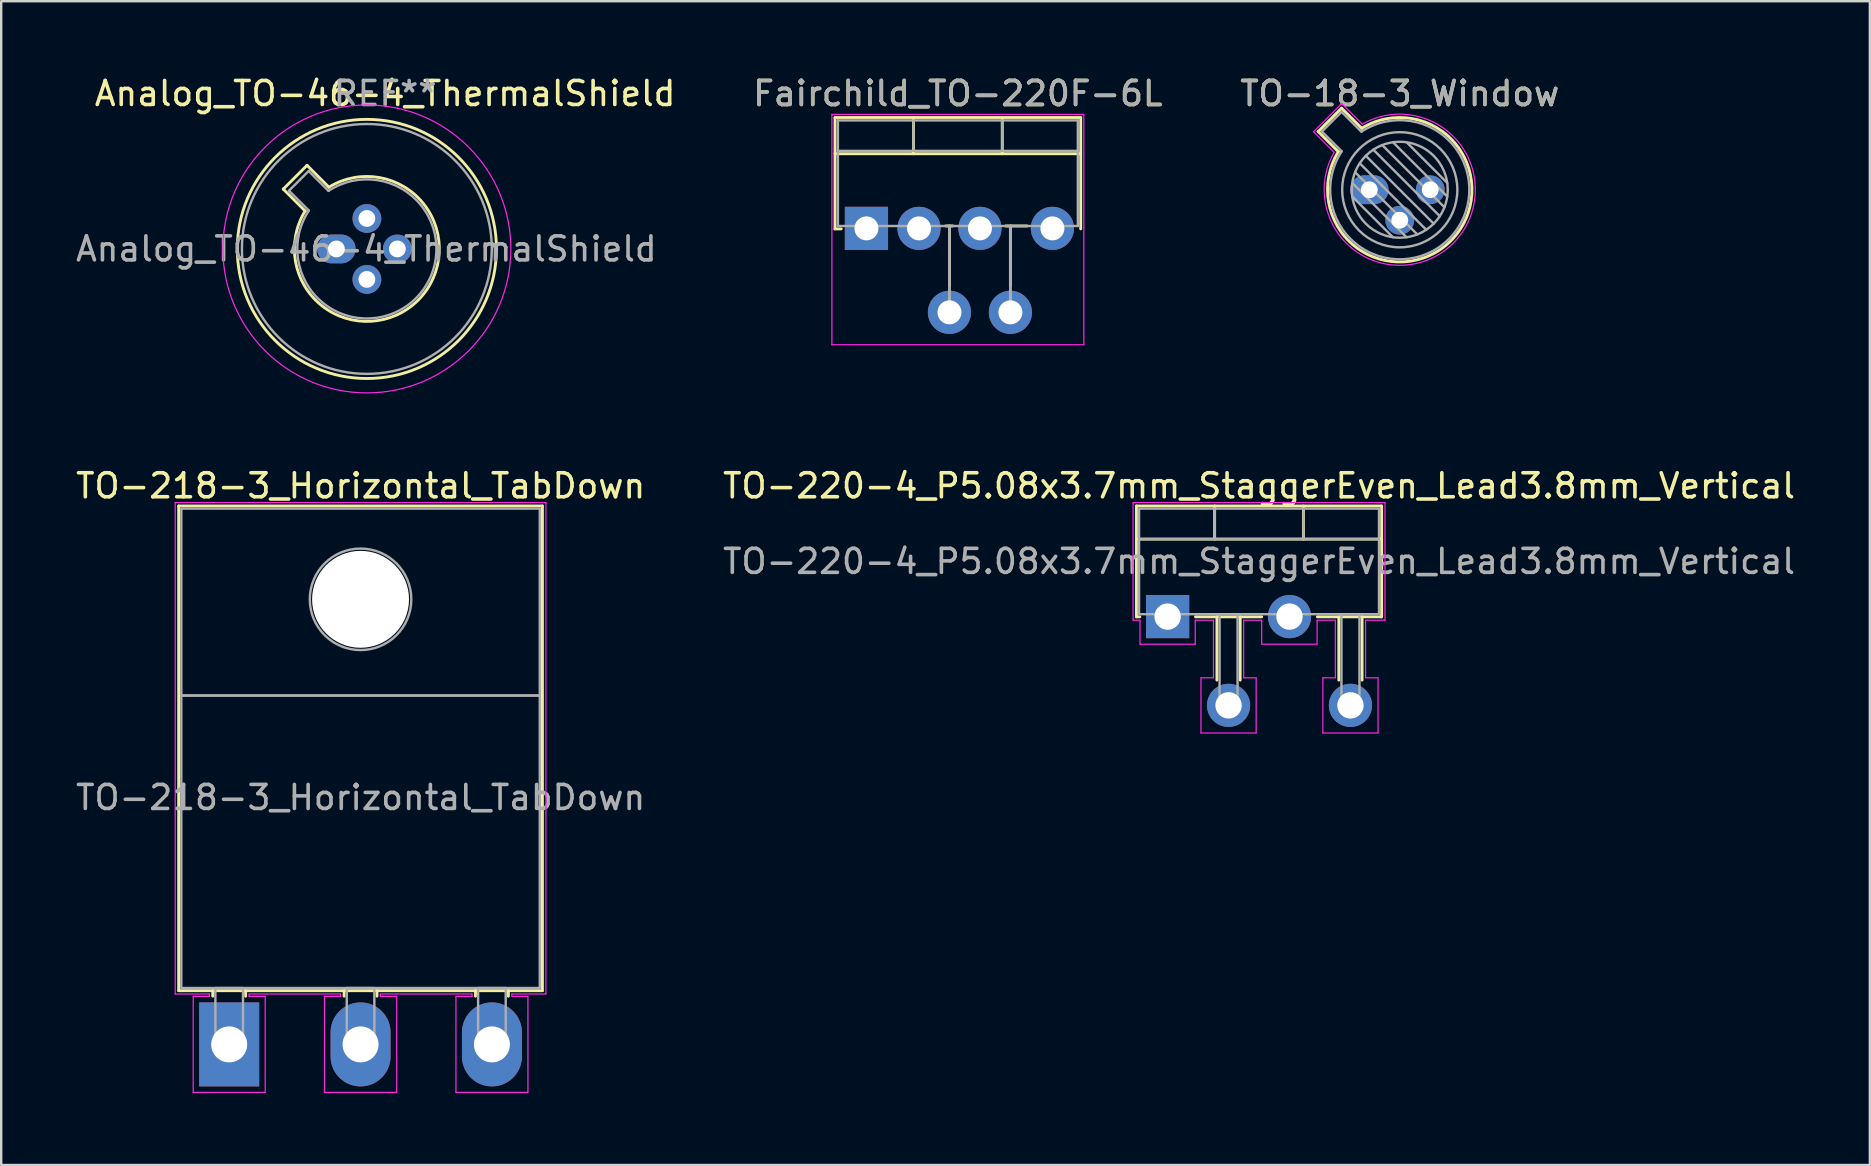
<source format=kicad_pcb>
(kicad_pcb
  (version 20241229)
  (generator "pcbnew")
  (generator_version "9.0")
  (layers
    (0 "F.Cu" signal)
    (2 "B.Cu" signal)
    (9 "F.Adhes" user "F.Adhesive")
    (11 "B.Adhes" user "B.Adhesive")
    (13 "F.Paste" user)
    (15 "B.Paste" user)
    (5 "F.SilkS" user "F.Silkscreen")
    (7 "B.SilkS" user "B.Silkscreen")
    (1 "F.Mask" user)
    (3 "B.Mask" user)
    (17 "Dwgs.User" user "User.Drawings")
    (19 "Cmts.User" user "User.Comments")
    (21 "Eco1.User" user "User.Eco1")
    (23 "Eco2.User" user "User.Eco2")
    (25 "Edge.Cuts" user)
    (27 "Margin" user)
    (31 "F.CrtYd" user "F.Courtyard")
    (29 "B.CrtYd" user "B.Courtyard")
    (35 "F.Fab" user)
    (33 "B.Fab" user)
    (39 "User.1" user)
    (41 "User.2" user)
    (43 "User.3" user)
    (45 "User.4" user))
  (footprint "TO-220-4_P5.08x3.7mm_StaggerEven_Lead3.8mm_Vertical"
    (layer "F.Cu")
    (at 45.613 22.648)
    (property "Reference" "TO-220-4_P5.08x3.7mm_StaggerEven_Lead3.8mm_Vertical" (at 3.81 -5.45 0) (layer "F.SilkS") (effects (font (size 1 1) (thickness 0.15))))
    (attr through_hole)
    (fp_line (start -1.3 -4.61) (end 8.92 -4.61) (stroke (width 0.12) (type solid)) (layer "F.SilkS"))
    (fp_line (start -1.3 -3.23) (end 8.92 -3.23) (stroke (width 0.12) (type solid)) (layer "F.SilkS"))
    (fp_line (start -1.3 0.01) (end -1.3 -4.61) (stroke (width 0.12) (type solid)) (layer "F.SilkS"))
    (fp_line (start -1.16 0.01) (end -1.3 0.01) (stroke (width 0.12) (type solid)) (layer "F.SilkS"))
    (fp_line (start 1.96 -4.61) (end 1.96 -3.23) (stroke (width 0.12) (type solid)) (layer "F.SilkS"))
    (fp_line (start 2.055 0.01) (end 2.055 2.646) (stroke (width 0.12) (type solid)) (layer "F.SilkS"))
    (fp_line (start 3.025 0.01) (end 3.025 2.646) (stroke (width 0.12) (type solid)) (layer "F.SilkS"))
    (fp_line (start 3.92 0.01) (end 1.16 0.01) (stroke (width 0.12) (type solid)) (layer "F.SilkS"))
    (fp_line (start 5.66 -4.61) (end 5.66 -3.23) (stroke (width 0.12) (type solid)) (layer "F.SilkS"))
    (fp_line (start 7.135 0.01) (end 7.135 2.646) (stroke (width 0.12) (type solid)) (layer "F.SilkS"))
    (fp_line (start 8.105 0.01) (end 8.105 2.646) (stroke (width 0.12) (type solid)) (layer "F.SilkS"))
    (fp_line (start 8.92 -4.61) (end 8.92 0.01) (stroke (width 0.12) (type solid)) (layer "F.SilkS"))
    (fp_line (start 8.92 0.01) (end 6.24 0.01) (stroke (width 0.12) (type solid)) (layer "F.SilkS"))
    (fp_line (start -1.44 -4.75) (end 9.06 -4.75) (stroke (width 0.05) (type solid)) (layer "F.CrtYd"))
    (fp_line (start -1.44 0.15) (end -1.44 -4.75) (stroke (width 0.05) (type solid)) (layer "F.CrtYd"))
    (fp_line (start -1.15 0.15) (end -1.44 0.15) (stroke (width 0.05) (type solid)) (layer "F.CrtYd"))
    (fp_line (start -1.15 1.15) (end -1.15 0.15) (stroke (width 0.05) (type solid)) (layer "F.CrtYd"))
    (fp_line (start 1.15 0.15) (end 1.15 1.15) (stroke (width 0.05) (type solid)) (layer "F.CrtYd"))
    (fp_line (start 1.15 1.15) (end -1.15 1.15) (stroke (width 0.05) (type solid)) (layer "F.CrtYd"))
    (fp_line (start 1.39 2.55) (end 1.91 2.55) (stroke (width 0.05) (type solid)) (layer "F.CrtYd"))
    (fp_line (start 1.39 4.85) (end 1.39 2.55) (stroke (width 0.05) (type solid)) (layer "F.CrtYd"))
    (fp_line (start 1.91 0.15) (end 1.15 0.15) (stroke (width 0.05) (type solid)) (layer "F.CrtYd"))
    (fp_line (start 1.91 2.55) (end 1.91 0.15) (stroke (width 0.05) (type solid)) (layer "F.CrtYd"))
    (fp_line (start 3.17 0.15) (end 3.17 2.55) (stroke (width 0.05) (type solid)) (layer "F.CrtYd"))
    (fp_line (start 3.17 2.55) (end 3.69 2.55) (stroke (width 0.05) (type solid)) (layer "F.CrtYd"))
    (fp_line (start 3.69 2.55) (end 3.69 4.85) (stroke (width 0.05) (type solid)) (layer "F.CrtYd"))
    (fp_line (start 3.69 4.85) (end 1.39 4.85) (stroke (width 0.05) (type solid)) (layer "F.CrtYd"))
    (fp_line (start 3.92 0.15) (end 3.17 0.15) (stroke (width 0.05) (type solid)) (layer "F.CrtYd"))
    (fp_line (start 3.92 1.15) (end 3.92 0.15) (stroke (width 0.05) (type solid)) (layer "F.CrtYd"))
    (fp_line (start 6.23 0.15) (end 6.23 1.15) (stroke (width 0.05) (type solid)) (layer "F.CrtYd"))
    (fp_line (start 6.23 1.15) (end 3.92 1.15) (stroke (width 0.05) (type solid)) (layer "F.CrtYd"))
    (fp_line (start 6.47 2.55) (end 6.99 2.55) (stroke (width 0.05) (type solid)) (layer "F.CrtYd"))
    (fp_line (start 6.47 4.85) (end 6.47 2.55) (stroke (width 0.05) (type solid)) (layer "F.CrtYd"))
    (fp_line (start 6.99 0.15) (end 6.23 0.15) (stroke (width 0.05) (type solid)) (layer "F.CrtYd"))
    (fp_line (start 6.99 2.55) (end 6.99 0.15) (stroke (width 0.05) (type solid)) (layer "F.CrtYd"))
    (fp_line (start 8.25 0.15) (end 8.25 2.55) (stroke (width 0.05) (type solid)) (layer "F.CrtYd"))
    (fp_line (start 8.25 2.55) (end 8.77 2.55) (stroke (width 0.05) (type solid)) (layer "F.CrtYd"))
    (fp_line (start 8.77 2.55) (end 8.77 4.85) (stroke (width 0.05) (type solid)) (layer "F.CrtYd"))
    (fp_line (start 8.77 4.85) (end 6.47 4.85) (stroke (width 0.05) (type solid)) (layer "F.CrtYd"))
    (fp_line (start 9.06 -4.75) (end 9.06 0.15) (stroke (width 0.05) (type solid)) (layer "F.CrtYd"))
    (fp_line (start 9.06 0.15) (end 8.25 0.15) (stroke (width 0.05) (type solid)) (layer "F.CrtYd"))
    (fp_line (start -1.19 -3.23) (end 8.81 -3.23) (stroke (width 0.1) (type solid)) (layer "F.Fab"))
    (fp_line (start 1.96 -4.5) (end 1.96 -3.23) (stroke (width 0.1) (type solid)) (layer "F.Fab"))
    (fp_line (start 5.66 -4.5) (end 5.66 -3.23) (stroke (width 0.1) (type solid)) (layer "F.Fab"))
    (fp_rect (start -1.19 -4.5) (end 8.81 -0.1) (stroke (width 0.1) (type solid)) (fill no) (layer "F.Fab"))
    (fp_rect (start -0.375 -0.1) (end 0.375 0) (stroke (width 0.1) (type solid)) (fill no) (layer "F.Fab"))
    (fp_rect (start 2.165 -0.1) (end 2.915 3.7) (stroke (width 0.1) (type solid)) (fill no) (layer "F.Fab"))
    (fp_rect (start 4.705 -0.1) (end 5.455 0) (stroke (width 0.1) (type solid)) (fill no) (layer "F.Fab"))
    (fp_rect (start 7.245 -0.1) (end 7.995 3.7) (stroke (width 0.1) (type solid)) (fill no) (layer "F.Fab"))
    (fp_text user "${REFERENCE}" (at 3.81 -2.3 0) (layer "F.Fab") (effects (font (size 1 1) (thickness 0.15))))
    (pad "1" thru_hole rect (at 0 0) (size 1.8 1.8) (drill 1.1) (layers "*.Cu" "*.Mask"))
    (pad "2" thru_hole circle (at 2.54 3.7) (size 1.8 1.8) (drill 1.1) (layers "*.Cu" "*.Mask"))
    (pad "3" thru_hole circle (at 5.08 0) (size 1.8 1.8) (drill 1.1) (layers "*.Cu" "*.Mask"))
    (pad "4" thru_hole circle (at 7.62 3.7) (size 1.8 1.8) (drill 1.1) (layers "*.Cu" "*.Mask")))
  (footprint "TO-218-3_Horizontal_TabDown"
    (layer "F.Cu")
    (at 6.502 40.478)
    (property "Reference" "TO-218-3_Horizontal_TabDown" (at 5.48 -23.28 0) (layer "F.SilkS") (effects (font (size 1 1) (thickness 0.15))))
    (attr through_hole)
    (fp_line (start -2.105 -22.44) (end 13.055 -22.44) (stroke (width 0.12) (type solid)) (layer "F.SilkS"))
    (fp_line (start -2.105 -2.24) (end -2.105 -22.44) (stroke (width 0.12) (type solid)) (layer "F.SilkS"))
    (fp_line (start -2.105 -2.24) (end 13.055 -2.24) (stroke (width 0.12) (type solid)) (layer "F.SilkS"))
    (fp_line (start -0.685 -2.24) (end -0.685 -2.01) (stroke (width 0.12) (type solid)) (layer "F.SilkS"))
    (fp_line (start 0.685 -2.24) (end 0.685 -2.01) (stroke (width 0.12) (type solid)) (layer "F.SilkS"))
    (fp_line (start 4.79 -2.24) (end 4.79 -2.01) (stroke (width 0.12) (type solid)) (layer "F.SilkS"))
    (fp_line (start 6.16 -2.24) (end 6.16 -2.01) (stroke (width 0.12) (type solid)) (layer "F.SilkS"))
    (fp_line (start 10.265 -2.24) (end 10.265 -2.01) (stroke (width 0.12) (type solid)) (layer "F.SilkS"))
    (fp_line (start 11.635 -2.24) (end 11.635 -2.01) (stroke (width 0.12) (type solid)) (layer "F.SilkS"))
    (fp_line (start 13.055 -2.24) (end 13.055 -22.44) (stroke (width 0.12) (type solid)) (layer "F.SilkS"))
    (fp_line (start -2.25 -22.58) (end 13.2 -22.58) (stroke (width 0.05) (type solid)) (layer "F.CrtYd"))
    (fp_line (start -2.25 -2.1) (end -2.25 -22.58) (stroke (width 0.05) (type solid)) (layer "F.CrtYd"))
    (fp_line (start -1.5 -2) (end -0.83 -2) (stroke (width 0.05) (type solid)) (layer "F.CrtYd"))
    (fp_line (start -1.5 2) (end -1.5 -2) (stroke (width 0.05) (type solid)) (layer "F.CrtYd"))
    (fp_line (start -0.83 -2.1) (end -2.25 -2.1) (stroke (width 0.05) (type solid)) (layer "F.CrtYd"))
    (fp_line (start -0.83 -2) (end -0.83 -2.1) (stroke (width 0.05) (type solid)) (layer "F.CrtYd"))
    (fp_line (start 0.83 -2.1) (end 0.83 -2) (stroke (width 0.05) (type solid)) (layer "F.CrtYd"))
    (fp_line (start 0.83 -2) (end 1.5 -2) (stroke (width 0.05) (type solid)) (layer "F.CrtYd"))
    (fp_line (start 1.5 -2) (end 1.5 2) (stroke (width 0.05) (type solid)) (layer "F.CrtYd"))
    (fp_line (start 1.5 2) (end -1.5 2) (stroke (width 0.05) (type solid)) (layer "F.CrtYd"))
    (fp_line (start 3.97 -2) (end 4.64 -2) (stroke (width 0.05) (type solid)) (layer "F.CrtYd"))
    (fp_line (start 3.97 2) (end 3.97 -2) (stroke (width 0.05) (type solid)) (layer "F.CrtYd"))
    (fp_line (start 4.64 -2.1) (end 0.83 -2.1) (stroke (width 0.05) (type solid)) (layer "F.CrtYd"))
    (fp_line (start 4.64 -2) (end 4.64 -2.1) (stroke (width 0.05) (type solid)) (layer "F.CrtYd"))
    (fp_line (start 6.3 -2.1) (end 6.3 -2) (stroke (width 0.05) (type solid)) (layer "F.CrtYd"))
    (fp_line (start 6.3 -2) (end 6.98 -2) (stroke (width 0.05) (type solid)) (layer "F.CrtYd"))
    (fp_line (start 6.98 -2) (end 6.98 2) (stroke (width 0.05) (type solid)) (layer "F.CrtYd"))
    (fp_line (start 6.98 2) (end 3.97 2) (stroke (width 0.05) (type solid)) (layer "F.CrtYd"))
    (fp_line (start 9.45 -2) (end 10.12 -2) (stroke (width 0.05) (type solid)) (layer "F.CrtYd"))
    (fp_line (start 9.45 2) (end 9.45 -2) (stroke (width 0.05) (type solid)) (layer "F.CrtYd"))
    (fp_line (start 10.12 -2.1) (end 6.3 -2.1) (stroke (width 0.05) (type solid)) (layer "F.CrtYd"))
    (fp_line (start 10.12 -2) (end 10.12 -2.1) (stroke (width 0.05) (type solid)) (layer "F.CrtYd"))
    (fp_line (start 11.78 -2.1) (end 11.78 -2) (stroke (width 0.05) (type solid)) (layer "F.CrtYd"))
    (fp_line (start 11.78 -2) (end 12.45 -2) (stroke (width 0.05) (type solid)) (layer "F.CrtYd"))
    (fp_line (start 12.45 -2) (end 12.45 2) (stroke (width 0.05) (type solid)) (layer "F.CrtYd"))
    (fp_line (start 12.45 2) (end 9.45 2) (stroke (width 0.05) (type solid)) (layer "F.CrtYd"))
    (fp_line (start 13.2 -22.58) (end 13.2 -2.1) (stroke (width 0.05) (type solid)) (layer "F.CrtYd"))
    (fp_line (start 13.2 -2.1) (end 11.78 -2.1) (stroke (width 0.05) (type solid)) (layer "F.CrtYd"))
    (fp_rect (start -1.995 -22.33) (end 12.945 -14.54) (stroke (width 0.1) (type solid)) (fill no) (layer "F.Fab"))
    (fp_rect (start -1.995 -14.54) (end 12.945 -2.35) (stroke (width 0.1) (type solid)) (fill no) (layer "F.Fab"))
    (fp_rect (start -0.575 -2.35) (end 0.575 0) (stroke (width 0.1) (type solid)) (fill no) (layer "F.Fab"))
    (fp_rect (start 4.9 -2.35) (end 6.05 0) (stroke (width 0.1) (type solid)) (fill no) (layer "F.Fab"))
    (fp_rect (start 10.375 -2.35) (end 11.525 0) (stroke (width 0.1) (type solid)) (fill no) (layer "F.Fab"))
    (fp_circle (center 5.475 -18.55) (end 7.59 -18.55) (stroke (width 0.1) (type solid)) (fill no) (layer "F.Fab"))
    (fp_text user "${REFERENCE}" (at 5.48 -10.29 0) (layer "F.Fab") (effects (font (size 1 1) (thickness 0.15))))
    (pad "" np_thru_hole circle (at 5.475 -18.55) (size 4.04 4.04) (drill 4.04) (layers "*.Cu" "*.Mask"))
    (pad "1" thru_hole rect (at 0 0) (size 2.5 3.5) (drill 1.5) (layers "*.Cu" "*.Mask"))
    (pad "2" thru_hole oval (at 5.475 0) (size 2.5 3.5) (drill 1.5) (layers "*.Cu" "*.Mask"))
    (pad "3" thru_hole oval (at 10.95 0) (size 2.5 3.5) (drill 1.5) (layers "*.Cu" "*.Mask")))
  (footprint "Fairchild_TO-220F-6L"
    (layer "F.Cu")
    (at 33.061 6.468)
    (property "Reference" "Fairchild_TO-220F-6L" (at 3.81 -5.62 0) (layer "F.SilkS") (effects (font (size 1 1) (thickness 0.15))))
    (attr through_hole)
    (fp_line (start -1.31 -4.62) (end -1.31 0.021) (stroke (width 0.12) (type solid)) (layer "F.SilkS"))
    (fp_line (start -1.31 -4.62) (end 8.93 -4.62) (stroke (width 0.12) (type solid)) (layer "F.SilkS"))
    (fp_line (start -1.31 -3.111) (end 8.93 -3.111) (stroke (width 0.12) (type solid)) (layer "F.SilkS"))
    (fp_line (start -1.31 0.021) (end -1.05 0.021) (stroke (width 0.12) (type solid)) (layer "F.SilkS"))
    (fp_line (start 1.96 -4.62) (end 1.96 -3.111) (stroke (width 0.12) (type solid)) (layer "F.SilkS"))
    (fp_line (start 3.3 -0.1) (end 3.6 -0.1) (stroke (width 0.12) (type solid)) (layer "F.SilkS"))
    (fp_line (start 3.46 2.4) (end 3.46 -0.1) (stroke (width 0.12) (type solid)) (layer "F.SilkS"))
    (fp_line (start 5.66 -4.62) (end 5.66 -3.111) (stroke (width 0.12) (type solid)) (layer "F.SilkS"))
    (fp_line (start 5.8 -0.1) (end 6.7 -0.1) (stroke (width 0.12) (type solid)) (layer "F.SilkS"))
    (fp_line (start 6 -0.1) (end 6 2.4) (stroke (width 0.12) (type solid)) (layer "F.SilkS"))
    (fp_line (start 8.93 -4.62) (end 8.93 0.021) (stroke (width 0.12) (type solid)) (layer "F.SilkS"))
    (fp_line (start -1.44 -4.75) (end -1.44 4.85) (stroke (width 0.05) (type solid)) (layer "F.CrtYd"))
    (fp_line (start -1.44 4.85) (end 9.06 4.85) (stroke (width 0.05) (type solid)) (layer "F.CrtYd"))
    (fp_line (start 9.06 -4.75) (end -1.44 -4.75) (stroke (width 0.05) (type solid)) (layer "F.CrtYd"))
    (fp_line (start 9.06 4.85) (end 9.06 -4.75) (stroke (width 0.05) (type solid)) (layer "F.CrtYd"))
    (fp_line (start -1.19 -4.5) (end -1.19 -0.1) (stroke (width 0.1) (type solid)) (layer "F.Fab"))
    (fp_line (start -1.19 -3.23) (end 8.81 -3.23) (stroke (width 0.1) (type solid)) (layer "F.Fab"))
    (fp_line (start -1.19 -0.1) (end 8.81 -0.1) (stroke (width 0.1) (type solid)) (layer "F.Fab"))
    (fp_line (start 0 -0.1) (end 0 0) (stroke (width 0.1) (type solid)) (layer "F.Fab"))
    (fp_line (start 1.96 -4.5) (end 1.96 -3.23) (stroke (width 0.1) (type solid)) (layer "F.Fab"))
    (fp_line (start 3.46 3.5) (end 3.46 -0.1) (stroke (width 0.12) (type solid)) (layer "F.Fab"))
    (fp_line (start 5.66 -4.5) (end 5.66 -3.23) (stroke (width 0.1) (type solid)) (layer "F.Fab"))
    (fp_line (start 6 3.5) (end 6 -0.1) (stroke (width 0.12) (type solid)) (layer "F.Fab"))
    (fp_line (start 8.81 -4.5) (end -1.19 -4.5) (stroke (width 0.1) (type solid)) (layer "F.Fab"))
    (fp_line (start 8.81 -0.1) (end 8.81 -4.5) (stroke (width 0.1) (type solid)) (layer "F.Fab"))
    (fp_text user "${REFERENCE}" (at 3.81 -5.62 0) (layer "F.Fab") (effects (font (size 1 1) (thickness 0.15))))
    (pad "1" thru_hole rect (at 0 0) (size 1.8 1.8) (drill 1) (layers "*.Cu" "*.Mask"))
    (pad "2" thru_hole oval (at 2.19 0) (size 1.8 1.8) (drill 1) (layers "*.Cu" "*.Mask"))
    (pad "3" thru_hole oval (at 3.46 3.5) (size 1.8 1.8) (drill 1) (layers "*.Cu" "*.Mask"))
    (pad "4" thru_hole oval (at 4.73 0) (size 1.8 1.8) (drill 1) (layers "*.Cu" "*.Mask"))
    (pad "5" thru_hole oval (at 6 3.5) (size 1.8 1.8) (drill 1) (layers "*.Cu" "*.Mask"))
    (pad "6" thru_hole oval (at 7.75 0) (size 1.8 1.8) (drill 1) (layers "*.Cu" "*.Mask")))
  (footprint "TO-18-3_Window"
    (layer "F.Cu")
    (at 54.018 4.858)
    (property "Reference" "TO-18-3_Window" (at 1.27 -4.01 0) (layer "F.SilkS") (effects (font (size 1 1) (thickness 0.15))))
    (attr through_hole)
    (fp_line (start -2.13 -2.424) (end -1.29 -1.584) (stroke (width 0.12) (type solid)) (layer "F.SilkS"))
    (fp_line (start -1.154 -3.4) (end -2.13 -2.424) (stroke (width 0.12) (type solid)) (layer "F.SilkS"))
    (fp_line (start -0.314 -2.56) (end -1.154 -3.4) (stroke (width 0.12) (type solid)) (layer "F.SilkS"))
    (fp_arc (start -0.313811 -2.559618) (mid 3.398391 2.128391) (end -1.289618 -1.583811) (stroke (width 0.12) (type solid)) (layer "F.SilkS"))
    (fp_line (start -2.324 -2.42) (end -1.466 -1.562) (stroke (width 0.05) (type solid)) (layer "F.CrtYd"))
    (fp_line (start -1.15 -3.594) (end -2.324 -2.42) (stroke (width 0.05) (type solid)) (layer "F.CrtYd"))
    (fp_line (start -0.292 -2.736) (end -1.15 -3.594) (stroke (width 0.05) (type solid)) (layer "F.CrtYd"))
    (fp_arc (start -0.291775 -2.735573) (mid 3.497386 2.227386) (end -1.465573 -1.561775) (stroke (width 0.05) (type solid)) (layer "F.CrtYd"))
    (fp_line (start -1.977 -2.426) (end -1.149 -1.599) (stroke (width 0.1) (type solid)) (layer "F.Fab"))
    (fp_line (start -1.156 -3.247) (end -1.977 -2.426) (stroke (width 0.1) (type solid)) (layer "F.Fab"))
    (fp_line (start -0.71 -0.283) (end 1.553 1.98) (stroke (width 0.1) (type solid)) (layer "F.Fab"))
    (fp_line (start -0.71 0.283) (end 0.987 1.98) (stroke (width 0.1) (type solid)) (layer "F.Fab"))
    (fp_line (start -0.592 -0.731) (end 2.001 1.862) (stroke (width 0.1) (type solid)) (layer "F.Fab"))
    (fp_line (start -0.399 -1.103) (end 2.373 1.669) (stroke (width 0.1) (type solid)) (layer "F.Fab"))
    (fp_line (start -0.329 -2.419) (end -1.156 -3.247) (stroke (width 0.1) (type solid)) (layer "F.Fab"))
    (fp_line (start -0.145 -1.415) (end 2.685 1.415) (stroke (width 0.1) (type solid)) (layer "F.Fab"))
    (fp_line (start 0.167 -1.669) (end 2.939 1.103) (stroke (width 0.1) (type solid)) (layer "F.Fab"))
    (fp_line (start 0.539 -1.862) (end 3.132 0.731) (stroke (width 0.1) (type solid)) (layer "F.Fab"))
    (fp_line (start 0.987 -1.98) (end 3.25 0.283) (stroke (width 0.1) (type solid)) (layer "F.Fab"))
    (fp_line (start 1.553 -1.98) (end 3.25 -0.283) (stroke (width 0.1) (type solid)) (layer "F.Fab"))
    (fp_arc (start -0.329057 -2.419301) (mid 3.32061 2.05061) (end -1.149301 -1.599057) (stroke (width 0.1) (type solid)) (layer "F.Fab"))
    (fp_circle (center 1.27 0) (end 3.27 0) (stroke (width 0.1) (type solid)) (fill no) (layer "F.Fab"))
    (fp_circle (center 1.27 0) (end 3.67 0) (stroke (width 0.1) (type solid)) (fill no) (layer "F.Fab"))
    (fp_text user "${REFERENCE}" (at 1.27 -4.01 0) (layer "F.Fab") (effects (font (size 1 1) (thickness 0.15))))
    (pad "1" thru_hole oval (at 0 0) (size 1.6 1.2) (drill 0.7) (layers "*.Cu" "*.Mask"))
    (pad "2" thru_hole circle (at 1.27 1.27) (size 1.2 1.2) (drill 0.7) (layers "*.Cu" "*.Mask"))
    (pad "3" thru_hole circle (at 2.54 0) (size 1.2 1.2) (drill 0.7) (layers "*.Cu" "*.Mask")))
  (footprint "Analog_TO-46-4_ThermalShield"
    (layer "F.Cu")
    (at 10.97 7.325)
    (property "Reference" "Analog_TO-46-4_ThermalShield" (at 2.032 -6.477 0) (layer "F.SilkS") (effects (font (size 1 1) (thickness 0.15))))
    (attr through_hole)
    (fp_line (start -2.214 -2.494) (end -1.302 -1.582) (stroke (width 0.12) (type solid)) (layer "F.SilkS"))
    (fp_line (start -1.224 -3.484) (end -2.214 -2.494) (stroke (width 0.12) (type solid)) (layer "F.SilkS"))
    (fp_line (start -0.312 -2.572) (end -1.224 -3.484) (stroke (width 0.12) (type solid)) (layer "F.SilkS"))
    (fp_arc (start -0.312331 -2.572281) (mid 3.405374 2.135551) (end -1.30215 -1.582544) (stroke (width 0.12) (type solid)) (layer "F.SilkS"))
    (fp_circle (center 1.27 0) (end 6.67 0) (stroke (width 0.12) (type solid)) (fill no) (layer "F.SilkS"))
    (fp_circle (center 1.27 0) (end 7.27 0) (stroke (width 0.05) (type solid)) (fill no) (layer "F.CrtYd"))
    (fp_line (start -1.977 -2.426) (end -1.149 -1.599) (stroke (width 0.1) (type solid)) (layer "F.Fab"))
    (fp_line (start -1.156 -3.247) (end -1.977 -2.426) (stroke (width 0.1) (type solid)) (layer "F.Fab"))
    (fp_line (start -0.329 -2.419) (end -1.156 -3.247) (stroke (width 0.1) (type solid)) (layer "F.Fab"))
    (fp_arc (start -0.329057 -2.419301) (mid 3.321076 2.050143) (end -1.150029 -1.597956) (stroke (width 0.1) (type solid)) (layer "F.Fab"))
    (fp_circle (center 1.27 0) (end 6.477 0) (stroke (width 0.1) (type solid)) (fill no) (layer "F.Fab"))
    (fp_text user "REF**" (at 2.032 -6.477 0) (layer "F.Fab") (effects (font (size 1 1) (thickness 0.15))))
    (fp_text user "${REFERENCE}" (at 1.25 0 0) (layer "F.Fab") (effects (font (size 1 1) (thickness 0.15))))
    (pad "1" thru_hole oval (at 0 0) (size 1.6 1.2) (drill 0.7) (layers "*.Cu" "*.Mask"))
    (pad "2" thru_hole circle (at 1.27 1.27) (size 1.2 1.2) (drill 0.7) (layers "*.Cu" "*.Mask"))
    (pad "3" thru_hole circle (at 2.54 0) (size 1.2 1.2) (drill 0.7) (layers "*.Cu" "*.Mask"))
    (pad "4" thru_hole circle (at 1.27 -1.27) (size 1.2 1.2) (drill 0.7) (layers "*.Cu" "*.Mask")))
  (gr_rect
    (start -3 -3)
    (end 74.881 45.504)
    (stroke (width 0.1) (type default))
    (fill no)
    (layer "Edge.Cuts")))
</source>
